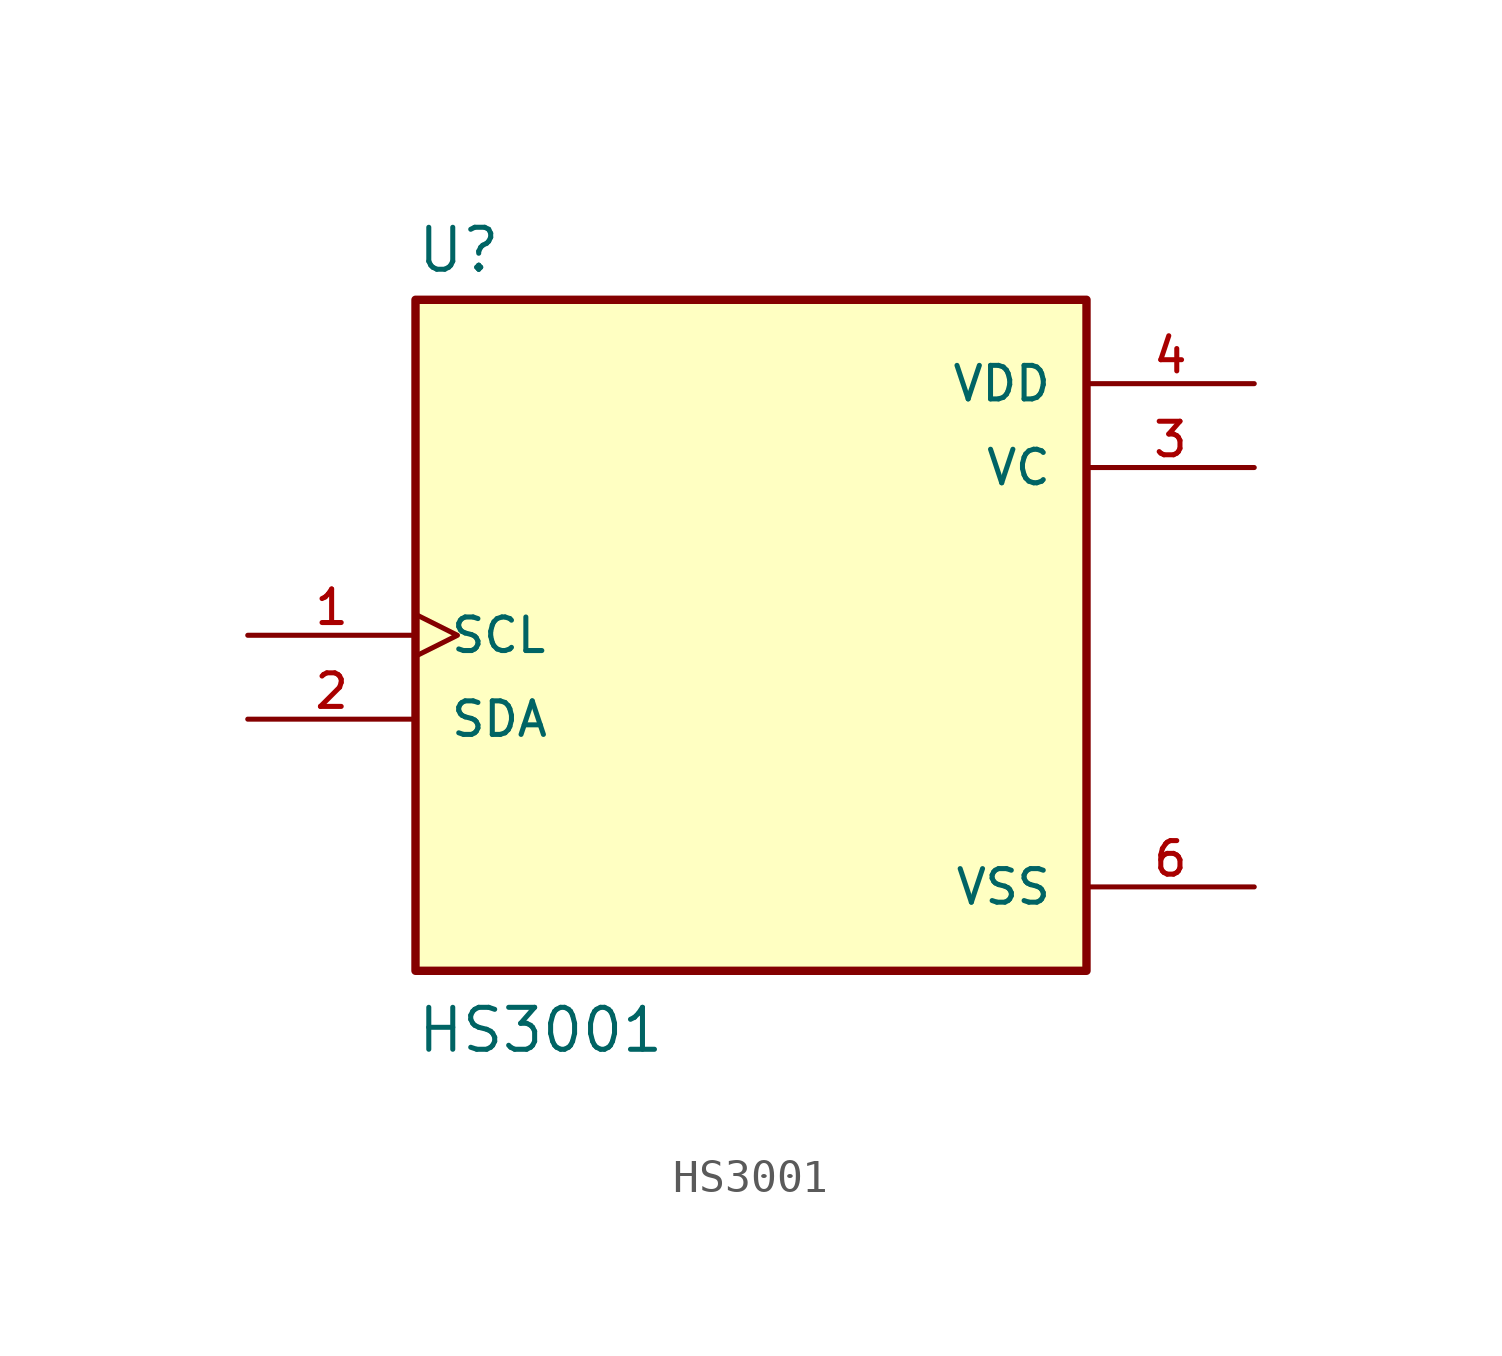
<source format=kicad_sym>
(kicad_symbol_lib
  (version 20211014)
  (generator kicad_symbol_editor)
  (symbol "HS3001"
    (pin_names
      (offset 1.016))
    (property "Reference" "U"
      (at -10.16 10.922 0)
      (effects (font (size 1.27 1.27)) (justify bottom left)))
    (property "Value" "HS3001"
      (at -10.16 -12.7 0)
      (effects (font (size 1.27 1.27)) (justify bottom left)))
    (symbol "HS3001_0_0"
      (rectangle (start -10.16 -10.16) (end 10.16 10.16) (stroke (width 0.254)) (fill (type background)))
      (pin power_in line (at 15.24 7.62 180.0) (length 5.08) (name "VDD" (effects (font (size 1.016 1.016)))) (number "4" (effects (font (size 1.016 1.016)))))
      (pin power_in line (at 15.24 -7.62 180.0) (length 5.08) (name "VSS" (effects (font (size 1.016 1.016)))) (number "6" (effects (font (size 1.016 1.016)))))
      (pin bidirectional clock (at -15.24 0.0 0) (length 5.08) (name "SCL" (effects (font (size 1.016 1.016)))) (number "1" (effects (font (size 1.016 1.016)))))
      (pin bidirectional line (at -15.24 -2.54 0) (length 5.08) (name "SDA" (effects (font (size 1.016 1.016)))) (number "2" (effects (font (size 1.016 1.016)))))
      (pin power_in line (at 15.24 5.08 180.0) (length 5.08) (name "VC" (effects (font (size 1.016 1.016)))) (number "3" (effects (font (size 1.016 1.016))))))))
</source>
